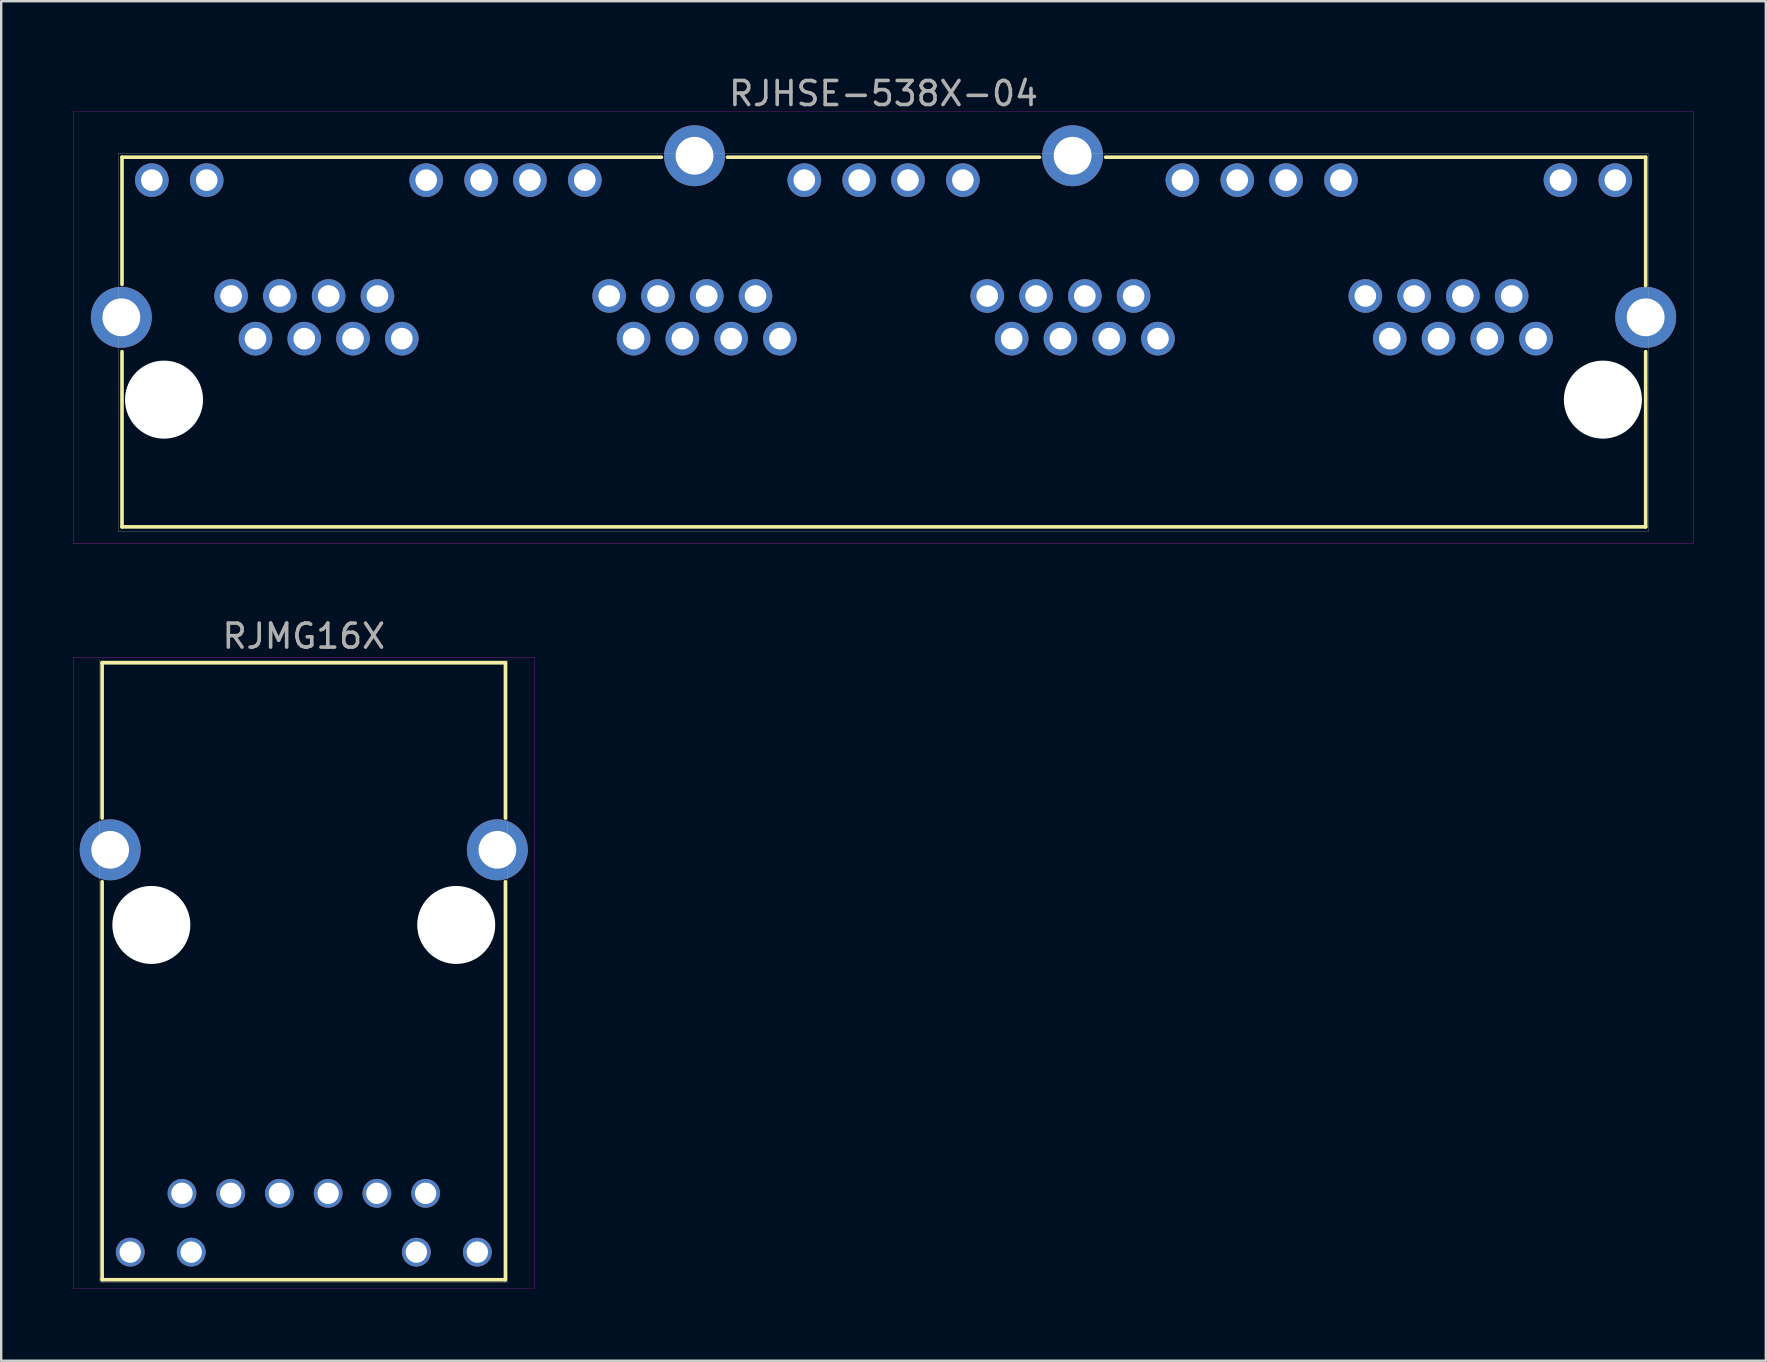
<source format=kicad_pcb>
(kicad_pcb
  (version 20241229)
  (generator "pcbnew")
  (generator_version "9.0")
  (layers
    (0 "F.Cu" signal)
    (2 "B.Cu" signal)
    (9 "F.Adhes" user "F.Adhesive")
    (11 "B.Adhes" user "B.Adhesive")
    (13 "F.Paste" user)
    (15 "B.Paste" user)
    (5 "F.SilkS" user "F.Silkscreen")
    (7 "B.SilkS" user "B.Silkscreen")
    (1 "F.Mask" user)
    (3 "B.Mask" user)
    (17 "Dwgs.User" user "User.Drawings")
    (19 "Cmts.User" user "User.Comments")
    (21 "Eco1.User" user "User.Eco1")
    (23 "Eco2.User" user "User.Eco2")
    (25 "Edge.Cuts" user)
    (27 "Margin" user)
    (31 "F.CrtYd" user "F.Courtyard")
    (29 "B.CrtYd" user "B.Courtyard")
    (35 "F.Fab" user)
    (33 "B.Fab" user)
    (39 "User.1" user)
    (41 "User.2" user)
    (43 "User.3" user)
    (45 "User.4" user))
  (footprint "RJMG16X"
    (layer "F.Cu")
    (at 9.605 35.481)
    (property "Reference" "RJMG16X" (at 0 -12.03 0) (layer "F.Fab") (effects (font (size 1 1) (thickness 0.15))))
    (attr through_hole)
    (fp_line (start -8.4 -10.92) (end 8.4 -10.92) (stroke (width 0.15) (type solid)) (layer "F.SilkS"))
    (fp_line (start -8.4 -4.45) (end -8.4 -10.92) (stroke (width 0.15) (type solid)) (layer "F.SilkS"))
    (fp_line (start -8.4 14.78) (end -8.4 -1.8) (stroke (width 0.15) (type solid)) (layer "F.SilkS"))
    (fp_line (start 8.4 -10.92) (end 8.4 -4.45) (stroke (width 0.15) (type solid)) (layer "F.SilkS"))
    (fp_line (start 8.4 -1.8) (end 8.4 14.78) (stroke (width 0.15) (type solid)) (layer "F.SilkS"))
    (fp_line (start 8.4 14.78) (end -8.4 14.78) (stroke (width 0.15) (type solid)) (layer "F.SilkS"))
    (fp_line (start -9.6 15.15) (end -9.6 -11.15) (stroke (width 0.01) (type solid)) (layer "F.CrtYd"))
    (fp_line (start -9.6 15.15) (end 9.6 15.15) (stroke (width 0.01) (type solid)) (layer "F.CrtYd"))
    (fp_line (start 9.6 -11.15) (end -9.6 -11.15) (stroke (width 0.01) (type solid)) (layer "F.CrtYd"))
    (fp_line (start 9.6 15.15) (end 9.6 -11.15) (stroke (width 0.01) (type solid)) (layer "F.CrtYd"))
    (fp_line (start -8.5 14.88) (end -8.5 -11.02) (stroke (width 0.01) (type solid)) (layer "F.Fab"))
    (fp_line (start -8.5 14.88) (end 8.5 14.88) (stroke (width 0.01) (type solid)) (layer "F.Fab"))
    (fp_line (start 8.5 -11.02) (end -8.5 -11.02) (stroke (width 0.01) (type solid)) (layer "F.Fab"))
    (fp_line (start 8.5 14.88) (end 8.5 -11.02) (stroke (width 0.01) (type solid)) (layer "F.Fab"))
    (pad "" np_thru_hole circle (at -6.35 0) (size 3.25 3.25) (drill 3.25) (layers "*.Cu" "*.Mask"))
    (pad "" np_thru_hole circle (at 6.35 0) (size 3.25 3.25) (drill 3.25) (layers "*.Cu" "*.Mask"))
    (pad "1" thru_hole circle (at -5.075 11.18) (size 1.2 1.2) (drill 0.89) (layers "*.Cu" "*.Mask"))
    (pad "2" thru_hole circle (at -3.045 11.18) (size 1.2 1.2) (drill 0.89) (layers "*.Cu" "*.Mask"))
    (pad "3" thru_hole circle (at -1.015 11.18) (size 1.2 1.2) (drill 0.89) (layers "*.Cu" "*.Mask"))
    (pad "4" thru_hole circle (at 1.015 11.18) (size 1.2 1.2) (drill 0.89) (layers "*.Cu" "*.Mask"))
    (pad "5" thru_hole circle (at 3.045 11.18) (size 1.2 1.2) (drill 0.89) (layers "*.Cu" "*.Mask"))
    (pad "6" thru_hole circle (at 5.075 11.18) (size 1.2 1.2) (drill 0.89) (layers "*.Cu" "*.Mask"))
    (pad "7" thru_hole circle (at -7.23 13.63) (size 1.2 1.2) (drill 0.89) (layers "*.Cu" "*.Mask"))
    (pad "8" thru_hole circle (at -4.69 13.63) (size 1.2 1.2) (drill 0.89) (layers "*.Cu" "*.Mask"))
    (pad "9" thru_hole circle (at 4.69 13.63) (size 1.2 1.2) (drill 0.89) (layers "*.Cu" "*.Mask"))
    (pad "10" thru_hole circle (at 7.23 13.63) (size 1.2 1.2) (drill 0.89) (layers "*.Cu" "*.Mask"))
    (pad "S" thru_hole circle (at -8.065 -3.13) (size 2.54 2.54) (drill 1.57) (layers "*.Cu" "*.Mask"))
    (pad "S" thru_hole circle (at 8.065 -3.13) (size 2.54 2.54) (drill 1.57) (layers "*.Cu" "*.Mask")))
  (footprint "RJHSE-538X-04"
    (layer "F.Cu")
    (at 33.755 13.598)
    (property "Reference" "RJHSE-538X-04" (at 0 -12.75 0) (layer "F.Fab") (effects (font (size 1 1) (thickness 0.15))))
    (attr through_hole)
    (fp_line (start -31.722 -10.1) (end -31.722 -4.8) (stroke (width 0.15) (type solid)) (layer "F.SilkS"))
    (fp_line (start -31.722 -2) (end -31.722 5.3) (stroke (width 0.15) (type solid)) (layer "F.SilkS"))
    (fp_line (start -31.722 5.3) (end 31.75 5.3) (stroke (width 0.15) (type solid)) (layer "F.SilkS"))
    (fp_line (start -9.25 -10.1) (end -31.722 -10.1) (stroke (width 0.15) (type solid)) (layer "F.SilkS"))
    (fp_line (start 6.5 -10.1) (end -6.5 -10.1) (stroke (width 0.15) (type solid)) (layer "F.SilkS"))
    (fp_line (start 31.75 -10.1) (end 9.25 -10.1) (stroke (width 0.15) (type solid)) (layer "F.SilkS"))
    (fp_line (start 31.75 -10.1) (end 31.75 -4.75) (stroke (width 0.15) (type solid)) (layer "F.SilkS"))
    (fp_line (start 31.75 5.3) (end 31.75 -2) (stroke (width 0.15) (type solid)) (layer "F.SilkS"))
    (fp_line (start -33.75 -12) (end -33.75 6) (stroke (width 0.01) (type solid)) (layer "F.CrtYd"))
    (fp_line (start -33.75 6) (end 33.75 6) (stroke (width 0.01) (type solid)) (layer "F.CrtYd"))
    (fp_line (start 33.75 -12) (end -33.75 -12) (stroke (width 0.01) (type solid)) (layer "F.CrtYd"))
    (fp_line (start 33.75 -12) (end 33.75 6) (stroke (width 0.01) (type solid)) (layer "F.CrtYd"))
    (fp_line (start -31.872 -10.25) (end -31.872 5.5) (stroke (width 0.01) (type solid)) (layer "F.Fab"))
    (fp_line (start -31.872 -10.25) (end 31.872 -10.25) (stroke (width 0.01) (type solid)) (layer "F.Fab"))
    (fp_line (start -31.872 5.5) (end 31.872 5.5) (stroke (width 0.01) (type solid)) (layer "F.Fab"))
    (fp_line (start 31.872 -10.25) (end 31.872 5.5) (stroke (width 0.01) (type solid)) (layer "F.Fab"))
    (pad "" np_thru_hole circle (at -29.972 0) (size 3.251 3.251) (drill 3.251) (layers "*.Cu" "*.Mask"))
    (pad "" np_thru_hole circle (at 29.968 0) (size 3.251 3.251) (drill 3.251) (layers "*.Cu" "*.Mask"))
    (pad "1P1" thru_hole circle (at -20.066 -2.54) (size 1.4 1.4) (drill 0.9) (layers "*.Cu" "*.Mask"))
    (pad "1P2" thru_hole circle (at -21.082 -4.318) (size 1.4 1.4) (drill 0.9) (layers "*.Cu" "*.Mask"))
    (pad "1P3" thru_hole circle (at -22.098 -2.54) (size 1.4 1.4) (drill 0.9) (layers "*.Cu" "*.Mask"))
    (pad "1P4" thru_hole circle (at -23.114 -4.318) (size 1.4 1.4) (drill 0.9) (layers "*.Cu" "*.Mask"))
    (pad "1P5" thru_hole circle (at -24.13 -2.54) (size 1.4 1.4) (drill 0.9) (layers "*.Cu" "*.Mask"))
    (pad "1P6" thru_hole circle (at -25.146 -4.318) (size 1.4 1.4) (drill 0.9) (layers "*.Cu" "*.Mask"))
    (pad "1P7" thru_hole circle (at -26.162 -2.54) (size 1.4 1.4) (drill 0.9) (layers "*.Cu" "*.Mask"))
    (pad "1P8" thru_hole circle (at -27.178 -4.318) (size 1.4 1.4) (drill 0.9) (layers "*.Cu" "*.Mask"))
    (pad "1P9" thru_hole circle (at -16.764 -9.144) (size 1.4 1.4) (drill 0.9) (layers "*.Cu" "*.Mask"))
    (pad "1P10" thru_hole circle (at -19.05 -9.144) (size 1.4 1.4) (drill 0.9) (layers "*.Cu" "*.Mask"))
    (pad "1P11" thru_hole circle (at -28.194 -9.144) (size 1.4 1.4) (drill 0.9) (layers "*.Cu" "*.Mask"))
    (pad "1P12" thru_hole circle (at -30.48 -9.144) (size 1.4 1.4) (drill 0.9) (layers "*.Cu" "*.Mask"))
    (pad "2P1" thru_hole circle (at -4.316 -2.54) (size 1.4 1.4) (drill 0.9) (layers "*.Cu" "*.Mask"))
    (pad "2P2" thru_hole circle (at -5.332 -4.318) (size 1.4 1.4) (drill 0.9) (layers "*.Cu" "*.Mask"))
    (pad "2P3" thru_hole circle (at -6.348 -2.54) (size 1.4 1.4) (drill 0.9) (layers "*.Cu" "*.Mask"))
    (pad "2P4" thru_hole circle (at -7.364 -4.318) (size 1.4 1.4) (drill 0.9) (layers "*.Cu" "*.Mask"))
    (pad "2P5" thru_hole circle (at -8.38 -2.54) (size 1.4 1.4) (drill 0.9) (layers "*.Cu" "*.Mask"))
    (pad "2P6" thru_hole circle (at -9.396 -4.318) (size 1.4 1.4) (drill 0.9) (layers "*.Cu" "*.Mask"))
    (pad "2P7" thru_hole circle (at -10.412 -2.54) (size 1.4 1.4) (drill 0.9) (layers "*.Cu" "*.Mask"))
    (pad "2P8" thru_hole circle (at -11.428 -4.318) (size 1.4 1.4) (drill 0.9) (layers "*.Cu" "*.Mask"))
    (pad "2P9" thru_hole circle (at -1.014 -9.144) (size 1.4 1.4) (drill 0.9) (layers "*.Cu" "*.Mask"))
    (pad "2P10" thru_hole circle (at -3.3 -9.144) (size 1.4 1.4) (drill 0.9) (layers "*.Cu" "*.Mask"))
    (pad "2P11" thru_hole circle (at -12.444 -9.144) (size 1.4 1.4) (drill 0.9) (layers "*.Cu" "*.Mask"))
    (pad "2P12" thru_hole circle (at -14.73 -9.144) (size 1.4 1.4) (drill 0.9) (layers "*.Cu" "*.Mask"))
    (pad "3P1" thru_hole circle (at 11.434 -2.54) (size 1.4 1.4) (drill 0.9) (layers "*.Cu" "*.Mask"))
    (pad "3P2" thru_hole circle (at 10.418 -4.318) (size 1.4 1.4) (drill 0.9) (layers "*.Cu" "*.Mask"))
    (pad "3P3" thru_hole circle (at 9.402 -2.54) (size 1.4 1.4) (drill 0.9) (layers "*.Cu" "*.Mask"))
    (pad "3P4" thru_hole circle (at 8.386 -4.318) (size 1.4 1.4) (drill 0.9) (layers "*.Cu" "*.Mask"))
    (pad "3P5" thru_hole circle (at 7.37 -2.54) (size 1.4 1.4) (drill 0.9) (layers "*.Cu" "*.Mask"))
    (pad "3P6" thru_hole circle (at 6.354 -4.318) (size 1.4 1.4) (drill 0.9) (layers "*.Cu" "*.Mask"))
    (pad "3P7" thru_hole circle (at 5.338 -2.54) (size 1.4 1.4) (drill 0.9) (layers "*.Cu" "*.Mask"))
    (pad "3P8" thru_hole circle (at 4.322 -4.318) (size 1.4 1.4) (drill 0.9) (layers "*.Cu" "*.Mask"))
    (pad "3P9" thru_hole circle (at 14.736 -9.144) (size 1.4 1.4) (drill 0.9) (layers "*.Cu" "*.Mask"))
    (pad "3P10" thru_hole circle (at 12.45 -9.144) (size 1.4 1.4) (drill 0.9) (layers "*.Cu" "*.Mask"))
    (pad "3P11" thru_hole circle (at 3.306 -9.144) (size 1.4 1.4) (drill 0.9) (layers "*.Cu" "*.Mask"))
    (pad "3P12" thru_hole circle (at 1.02 -9.144) (size 1.4 1.4) (drill 0.9) (layers "*.Cu" "*.Mask"))
    (pad "4P1" thru_hole circle (at 27.184 -2.54) (size 1.4 1.4) (drill 0.9) (layers "*.Cu" "*.Mask"))
    (pad "4P2" thru_hole circle (at 26.168 -4.318) (size 1.4 1.4) (drill 0.9) (layers "*.Cu" "*.Mask"))
    (pad "4P3" thru_hole circle (at 25.152 -2.54) (size 1.4 1.4) (drill 0.9) (layers "*.Cu" "*.Mask"))
    (pad "4P4" thru_hole circle (at 24.136 -4.318) (size 1.4 1.4) (drill 0.9) (layers "*.Cu" "*.Mask"))
    (pad "4P5" thru_hole circle (at 23.12 -2.54) (size 1.4 1.4) (drill 0.9) (layers "*.Cu" "*.Mask"))
    (pad "4P6" thru_hole circle (at 22.104 -4.318) (size 1.4 1.4) (drill 0.9) (layers "*.Cu" "*.Mask"))
    (pad "4P7" thru_hole circle (at 21.088 -2.54) (size 1.4 1.4) (drill 0.9) (layers "*.Cu" "*.Mask"))
    (pad "4P8" thru_hole circle (at 20.072 -4.318) (size 1.4 1.4) (drill 0.9) (layers "*.Cu" "*.Mask"))
    (pad "4P9" thru_hole circle (at 30.486 -9.144) (size 1.4 1.4) (drill 0.9) (layers "*.Cu" "*.Mask"))
    (pad "4P10" thru_hole circle (at 28.2 -9.144) (size 1.4 1.4) (drill 0.9) (layers "*.Cu" "*.Mask"))
    (pad "4P11" thru_hole circle (at 19.056 -9.144) (size 1.4 1.4) (drill 0.9) (layers "*.Cu" "*.Mask"))
    (pad "4P12" thru_hole circle (at 16.77 -9.144) (size 1.4 1.4) (drill 0.9) (layers "*.Cu" "*.Mask"))
    (pad "S1" thru_hole circle (at -31.75 -3.429) (size 2.54 2.54) (drill 1.575) (layers "*.Cu" "*.Mask"))
    (pad "S2" thru_hole circle (at -7.872 -10.16) (size 2.54 2.54) (drill 1.575) (layers "*.Cu" "*.Mask"))
    (pad "S3" thru_hole circle (at 7.878 -10.16) (size 2.54 2.54) (drill 1.575) (layers "*.Cu" "*.Mask"))
    (pad "S4" thru_hole circle (at 31.75 -3.429) (size 2.54 2.54) (drill 1.575) (layers "*.Cu" "*.Mask")))
  (gr_rect
    (start -3 -3)
    (end 70.51 53.636)
    (stroke (width 0.1) (type default))
    (fill no)
    (layer "Edge.Cuts")))
</source>
